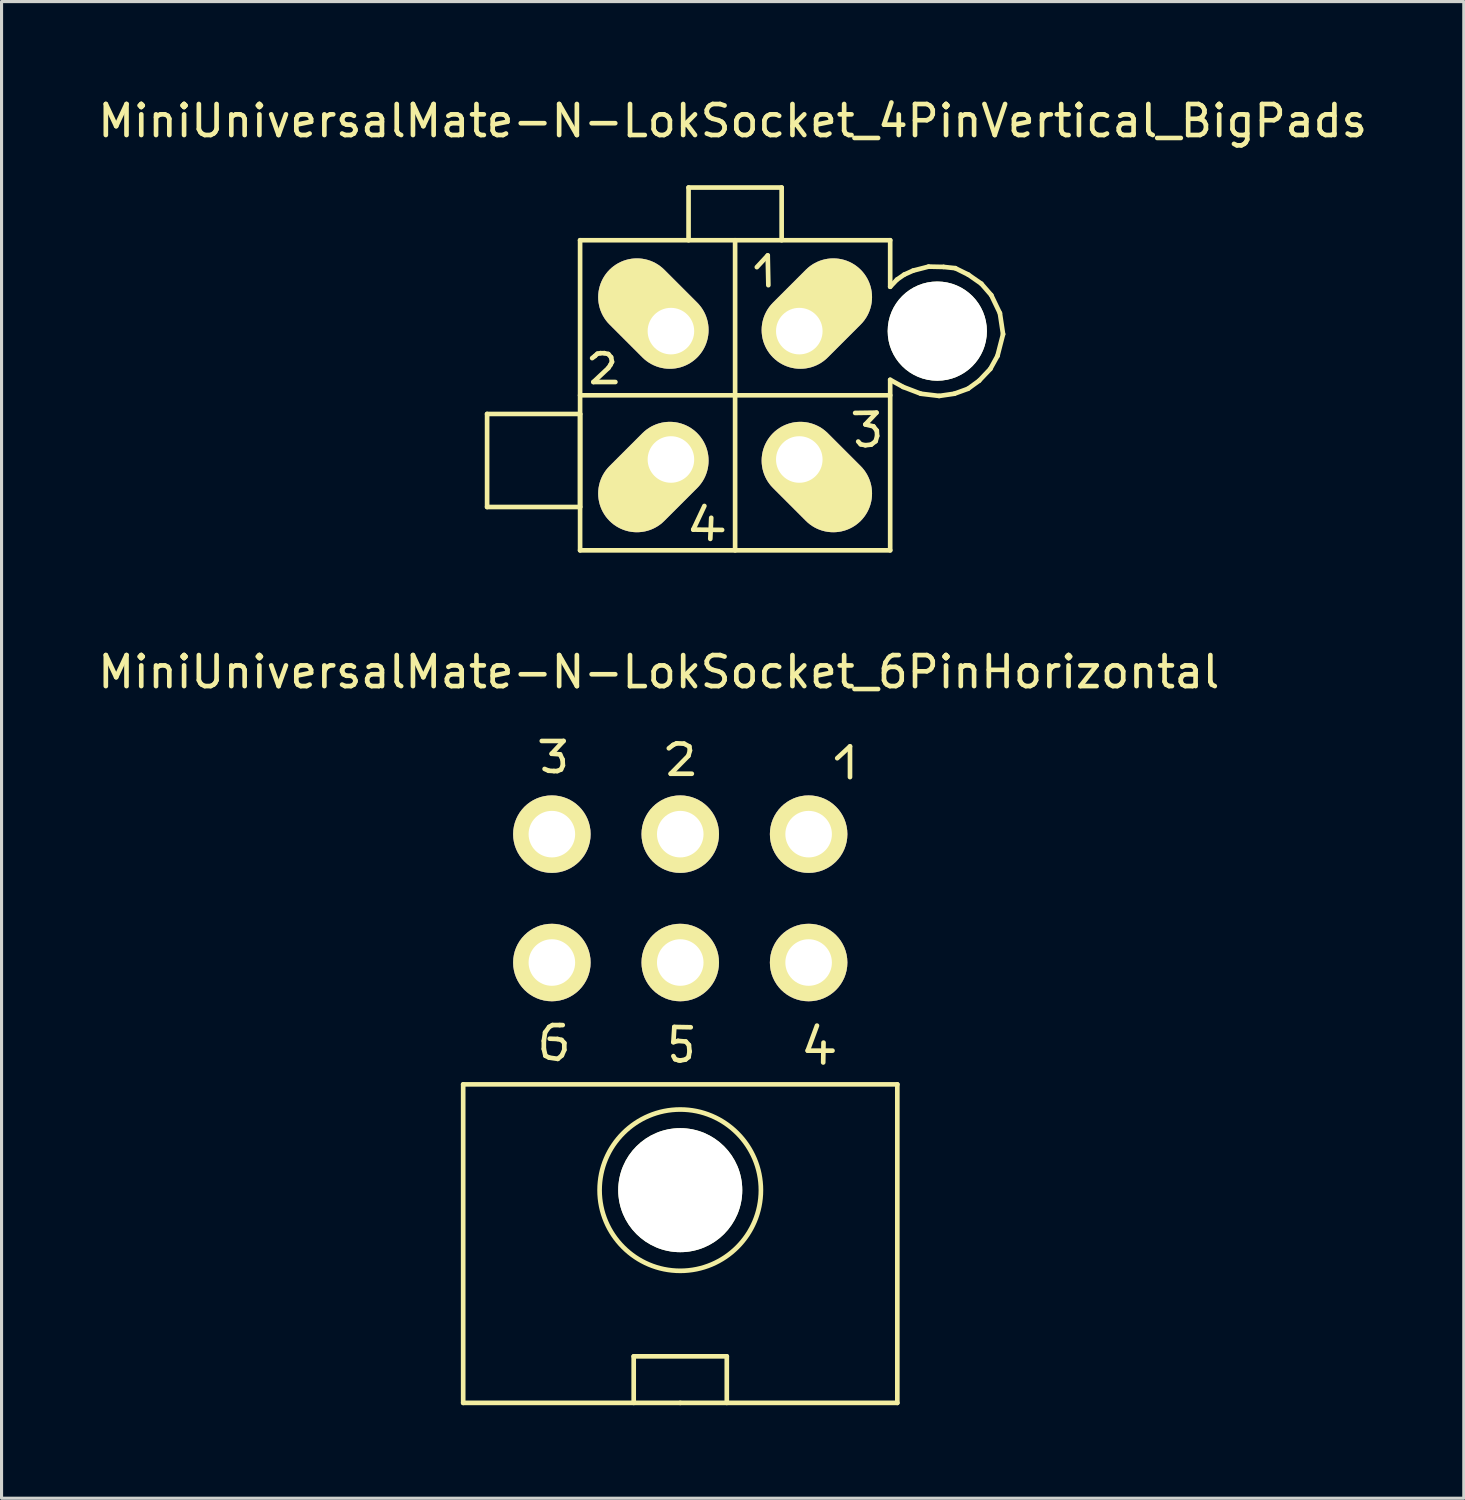
<source format=kicad_pcb>
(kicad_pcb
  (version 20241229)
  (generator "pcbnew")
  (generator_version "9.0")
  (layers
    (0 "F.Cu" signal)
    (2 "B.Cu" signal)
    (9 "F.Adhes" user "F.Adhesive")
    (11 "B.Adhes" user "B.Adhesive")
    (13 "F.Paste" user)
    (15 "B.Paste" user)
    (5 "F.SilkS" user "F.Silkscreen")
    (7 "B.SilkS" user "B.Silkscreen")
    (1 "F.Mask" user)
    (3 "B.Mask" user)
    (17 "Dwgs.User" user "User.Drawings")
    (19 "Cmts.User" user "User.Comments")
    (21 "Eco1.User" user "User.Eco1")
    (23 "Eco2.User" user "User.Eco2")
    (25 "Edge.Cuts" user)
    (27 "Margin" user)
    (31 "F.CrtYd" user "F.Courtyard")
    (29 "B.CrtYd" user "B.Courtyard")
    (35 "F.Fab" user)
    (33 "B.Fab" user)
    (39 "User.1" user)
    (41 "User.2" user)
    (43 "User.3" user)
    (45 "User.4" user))
  (footprint "MiniUniversalMate-N-LokSocket_4PinVertical_BigPads"
    (layer "F.Cu")
    (at 20.656 9.698)
    (property "Reference" "MiniUniversalMate-N-LokSocket_4PinVertical_BigPads" (at -0.079 -8.849 0) (layer "F.SilkS") (effects (font (size 1 1) (thickness 0.15))))
    (attr through_hole)
    (fp_line (start -7.998 0.602) (end -4.999 0.602) (stroke (width 0.15) (type solid)) (layer "F.SilkS"))
    (fp_line (start -7.998 3.602) (end -7.998 0.602) (stroke (width 0.15) (type solid)) (layer "F.SilkS"))
    (fp_line (start -4.999 -5.001) (end -4.999 4.999) (stroke (width 0.15) (type solid)) (layer "F.SilkS"))
    (fp_line (start -4.999 0) (end 5.001 0) (stroke (width 0.15) (type solid)) (layer "F.SilkS"))
    (fp_line (start -4.999 0.602) (end -4.999 3.602) (stroke (width 0.15) (type solid)) (layer "F.SilkS"))
    (fp_line (start -4.999 3.602) (end -7.998 3.602) (stroke (width 0.15) (type solid)) (layer "F.SilkS"))
    (fp_line (start -4.999 4.999) (end 5.001 4.999) (stroke (width 0.15) (type solid)) (layer "F.SilkS"))
    (fp_line (start -4.61 -1.199) (end -4.519 -1.27) (stroke (width 0.15) (type solid)) (layer "F.SilkS"))
    (fp_line (start -4.569 -0.429) (end -3.861 -0.429) (stroke (width 0.15) (type solid)) (layer "F.SilkS"))
    (fp_line (start -4.519 -1.27) (end -4.44 -1.341) (stroke (width 0.15) (type solid)) (layer "F.SilkS"))
    (fp_line (start -4.44 -1.341) (end -4.341 -1.359) (stroke (width 0.15) (type solid)) (layer "F.SilkS"))
    (fp_line (start -4.341 -1.359) (end -4.219 -1.359) (stroke (width 0.15) (type solid)) (layer "F.SilkS"))
    (fp_line (start -4.219 -1.359) (end -4.089 -1.331) (stroke (width 0.15) (type solid)) (layer "F.SilkS"))
    (fp_line (start -4.089 -1.331) (end -4 -1.229) (stroke (width 0.15) (type solid)) (layer "F.SilkS"))
    (fp_line (start -4.089 -0.879) (end -4.569 -0.429) (stroke (width 0.15) (type solid)) (layer "F.SilkS"))
    (fp_line (start -4.021 -0.98) (end -4.089 -0.879) (stroke (width 0.15) (type solid)) (layer "F.SilkS"))
    (fp_line (start -4 -1.229) (end -3.97 -1.079) (stroke (width 0.15) (type solid)) (layer "F.SilkS"))
    (fp_line (start -3.97 -1.079) (end -4.021 -0.98) (stroke (width 0.15) (type solid)) (layer "F.SilkS"))
    (fp_line (start -1.501 -6.701) (end -1.501 -5.001) (stroke (width 0.15) (type solid)) (layer "F.SilkS"))
    (fp_line (start -1.349 4.331) (end -0.419 4.341) (stroke (width 0.15) (type solid)) (layer "F.SilkS"))
    (fp_line (start -0.991 3.569) (end -1.349 4.331) (stroke (width 0.15) (type solid)) (layer "F.SilkS"))
    (fp_line (start -0.77 3.95) (end -0.8 4.63) (stroke (width 0.15) (type solid)) (layer "F.SilkS"))
    (fp_line (start 0 -5.001) (end 0 4.999) (stroke (width 0.15) (type solid)) (layer "F.SilkS"))
    (fp_line (start 0.701 -4.133) (end 1.052 -4.511) (stroke (width 0.15) (type solid)) (layer "F.SilkS"))
    (fp_line (start 1.052 -4.511) (end 1.072 -3.551) (stroke (width 0.15) (type solid)) (layer "F.SilkS"))
    (fp_line (start 1.501 -6.701) (end -1.501 -6.701) (stroke (width 0.15) (type solid)) (layer "F.SilkS"))
    (fp_line (start 1.501 -5.001) (end 1.501 -6.701) (stroke (width 0.15) (type solid)) (layer "F.SilkS"))
    (fp_line (start 3.871 0.569) (end 4.559 0.559) (stroke (width 0.15) (type solid)) (layer "F.SilkS"))
    (fp_line (start 4.051 1.58) (end 3.97 1.491) (stroke (width 0.15) (type solid)) (layer "F.SilkS"))
    (fp_line (start 4.201 0.94) (end 4.46 1.001) (stroke (width 0.15) (type solid)) (layer "F.SilkS"))
    (fp_line (start 4.201 1.61) (end 4.051 1.58) (stroke (width 0.15) (type solid)) (layer "F.SilkS"))
    (fp_line (start 4.389 1.59) (end 4.201 1.61) (stroke (width 0.15) (type solid)) (layer "F.SilkS"))
    (fp_line (start 4.46 1.001) (end 4.569 1.14) (stroke (width 0.15) (type solid)) (layer "F.SilkS"))
    (fp_line (start 4.531 1.481) (end 4.389 1.59) (stroke (width 0.15) (type solid)) (layer "F.SilkS"))
    (fp_line (start 4.559 0.559) (end 4.201 0.94) (stroke (width 0.15) (type solid)) (layer "F.SilkS"))
    (fp_line (start 4.569 1.14) (end 4.58 1.311) (stroke (width 0.15) (type solid)) (layer "F.SilkS"))
    (fp_line (start 4.58 1.311) (end 4.531 1.481) (stroke (width 0.15) (type solid)) (layer "F.SilkS"))
    (fp_line (start 5.001 -5.001) (end -4.999 -5.001) (stroke (width 0.15) (type solid)) (layer "F.SilkS"))
    (fp_line (start 5.001 -5.001) (end 5.001 -3.5) (stroke (width 0.15) (type solid)) (layer "F.SilkS"))
    (fp_line (start 5.001 -3.5) (end 5.22 -3.731) (stroke (width 0.15) (type solid)) (layer "F.SilkS"))
    (fp_line (start 5.001 4.999) (end 5.001 -0.5) (stroke (width 0.15) (type solid)) (layer "F.SilkS"))
    (fp_line (start 5.22 -3.731) (end 5.451 -3.891) (stroke (width 0.15) (type solid)) (layer "F.SilkS"))
    (fp_line (start 5.42 -0.269) (end 5.001 -0.5) (stroke (width 0.15) (type solid)) (layer "F.SilkS"))
    (fp_line (start 5.451 -3.891) (end 5.74 -4.021) (stroke (width 0.15) (type solid)) (layer "F.SilkS"))
    (fp_line (start 5.74 -4.021) (end 6.241 -4.15) (stroke (width 0.15) (type solid)) (layer "F.SilkS"))
    (fp_line (start 5.989 -0.051) (end 5.42 -0.269) (stroke (width 0.15) (type solid)) (layer "F.SilkS"))
    (fp_line (start 6.241 -4.15) (end 6.721 -4.14) (stroke (width 0.15) (type solid)) (layer "F.SilkS"))
    (fp_line (start 6.581 0.02) (end 5.989 -0.051) (stroke (width 0.15) (type solid)) (layer "F.SilkS"))
    (fp_line (start 6.721 -4.14) (end 7.099 -4.1) (stroke (width 0.15) (type solid)) (layer "F.SilkS"))
    (fp_line (start 7.071 -0.051) (end 6.581 0.02) (stroke (width 0.15) (type solid)) (layer "F.SilkS"))
    (fp_line (start 7.099 -4.1) (end 7.521 -3.891) (stroke (width 0.15) (type solid)) (layer "F.SilkS"))
    (fp_line (start 7.511 -0.211) (end 7.071 -0.051) (stroke (width 0.15) (type solid)) (layer "F.SilkS"))
    (fp_line (start 7.521 -3.891) (end 7.94 -3.599) (stroke (width 0.15) (type solid)) (layer "F.SilkS"))
    (fp_line (start 7.869 -0.47) (end 7.511 -0.211) (stroke (width 0.15) (type solid)) (layer "F.SilkS"))
    (fp_line (start 7.94 -3.599) (end 8.26 -3.231) (stroke (width 0.15) (type solid)) (layer "F.SilkS"))
    (fp_line (start 8.23 -0.851) (end 7.869 -0.47) (stroke (width 0.15) (type solid)) (layer "F.SilkS"))
    (fp_line (start 8.26 -3.231) (end 8.539 -2.649) (stroke (width 0.15) (type solid)) (layer "F.SilkS"))
    (fp_line (start 8.461 -1.27) (end 8.23 -0.851) (stroke (width 0.15) (type solid)) (layer "F.SilkS"))
    (fp_line (start 8.539 -2.649) (end 8.641 -1.971) (stroke (width 0.15) (type solid)) (layer "F.SilkS"))
    (fp_line (start 8.641 -1.971) (end 8.461 -1.27) (stroke (width 0.15) (type solid)) (layer "F.SilkS"))
    (pad "" np_thru_hole circle (at 6.52 -2.07 90) (size 3.2 3.2) (drill 3.2) (layers "*.Cu" "*.Mask" "F.SilkS"))
    (pad "1" thru_hole oval (at 2.07 -2.07 45) (size 4 2.499) (drill 1.501 (offset 0.8 0)) (layers "*.Cu" "*.Mask" "F.SilkS"))
    (pad "2" thru_hole oval (at -2.07 -2.07 315) (size 4 2.499) (drill 1.501 (offset -0.8 0)) (layers "*.Cu" "*.Mask" "F.SilkS"))
    (pad "3" thru_hole oval (at 2.07 2.07 315) (size 4 2.499) (drill 1.501 (offset 0.8 0)) (layers "*.Cu" "*.Mask" "F.SilkS"))
    (pad "4" thru_hole oval (at -2.07 2.07 45) (size 4 2.499) (drill 1.501 (offset -0.8 0)) (layers "*.Cu" "*.Mask" "F.SilkS")))
  (footprint "MiniUniversalMate-N-LokSocket_6PinHorizontal"
    (layer "F.Cu")
    (at 18.887 25.92)
    (property "Reference" "MiniUniversalMate-N-LokSocket_6PinHorizontal" (at -0.691 -7.3 0) (layer "F.SilkS") (effects (font (size 1 1) (thickness 0.15))))
    (attr through_hole)
    (fp_line (start -7 5.999) (end 7 5.999) (stroke (width 0.15) (type solid)) (layer "F.SilkS"))
    (fp_line (start -7 16.271) (end -7 5.999) (stroke (width 0.15) (type solid)) (layer "F.SilkS"))
    (fp_line (start -4.465 -5.075) (end -3.764 -5.075) (stroke (width 0.15) (type solid)) (layer "F.SilkS"))
    (fp_line (start -4.399 4.597) (end -4.399 4.856) (stroke (width 0.15) (type solid)) (layer "F.SilkS"))
    (fp_line (start -4.399 4.856) (end -4.348 5.077) (stroke (width 0.15) (type solid)) (layer "F.SilkS"))
    (fp_line (start -4.359 4.326) (end -4.399 4.597) (stroke (width 0.15) (type solid)) (layer "F.SilkS"))
    (fp_line (start -4.348 5.077) (end -4.229 5.136) (stroke (width 0.15) (type solid)) (layer "F.SilkS"))
    (fp_line (start -4.244 -4.115) (end -4.374 -4.173) (stroke (width 0.15) (type solid)) (layer "F.SilkS"))
    (fp_line (start -4.229 4.148) (end -4.359 4.326) (stroke (width 0.15) (type solid)) (layer "F.SilkS"))
    (fp_line (start -4.229 5.136) (end -3.95 5.177) (stroke (width 0.15) (type solid)) (layer "F.SilkS"))
    (fp_line (start -4.145 -4.663) (end -3.876 -4.643) (stroke (width 0.15) (type solid)) (layer "F.SilkS"))
    (fp_line (start -4.12 4.087) (end -4.229 4.148) (stroke (width 0.15) (type solid)) (layer "F.SilkS"))
    (fp_line (start -4.074 -4.105) (end -4.244 -4.115) (stroke (width 0.15) (type solid)) (layer "F.SilkS"))
    (fp_line (start -3.965 -4.105) (end -4.074 -4.105) (stroke (width 0.15) (type solid)) (layer "F.SilkS"))
    (fp_line (start -3.96 4.536) (end -4.209 4.526) (stroke (width 0.15) (type solid)) (layer "F.SilkS"))
    (fp_line (start -3.95 5.177) (end -3.818 5.067) (stroke (width 0.15) (type solid)) (layer "F.SilkS"))
    (fp_line (start -3.889 4.087) (end -4.12 4.087) (stroke (width 0.15) (type solid)) (layer "F.SilkS"))
    (fp_line (start -3.876 -4.643) (end -3.795 -4.475) (stroke (width 0.15) (type solid)) (layer "F.SilkS"))
    (fp_line (start -3.846 -4.155) (end -3.965 -4.105) (stroke (width 0.15) (type solid)) (layer "F.SilkS"))
    (fp_line (start -3.828 4.567) (end -3.96 4.536) (stroke (width 0.15) (type solid)) (layer "F.SilkS"))
    (fp_line (start -3.818 5.067) (end -3.739 4.887) (stroke (width 0.15) (type solid)) (layer "F.SilkS"))
    (fp_line (start -3.795 -4.475) (end -3.785 -4.285) (stroke (width 0.15) (type solid)) (layer "F.SilkS"))
    (fp_line (start -3.79 4.087) (end -3.889 4.087) (stroke (width 0.15) (type solid)) (layer "F.SilkS"))
    (fp_line (start -3.785 -4.285) (end -3.846 -4.155) (stroke (width 0.15) (type solid)) (layer "F.SilkS"))
    (fp_line (start -3.764 -5.075) (end -4.145 -4.663) (stroke (width 0.15) (type solid)) (layer "F.SilkS"))
    (fp_line (start -3.739 4.666) (end -3.828 4.567) (stroke (width 0.15) (type solid)) (layer "F.SilkS"))
    (fp_line (start -3.739 4.887) (end -3.739 4.666) (stroke (width 0.15) (type solid)) (layer "F.SilkS"))
    (fp_line (start -1.501 14.77) (end -1.501 16.271) (stroke (width 0.15) (type solid)) (layer "F.SilkS"))
    (fp_line (start -0.368 -4.839) (end -0.229 -4.948) (stroke (width 0.15) (type solid)) (layer "F.SilkS"))
    (fp_line (start -0.307 -4.018) (end 0.373 -4.018) (stroke (width 0.15) (type solid)) (layer "F.SilkS"))
    (fp_line (start -0.229 -4.948) (end -0.117 -4.999) (stroke (width 0.15) (type solid)) (layer "F.SilkS"))
    (fp_line (start -0.221 4.638) (end -0.071 4.597) (stroke (width 0.15) (type solid)) (layer "F.SilkS"))
    (fp_line (start -0.191 4.148) (end -0.221 4.638) (stroke (width 0.15) (type solid)) (layer "F.SilkS"))
    (fp_line (start -0.163 5.189) (end -0.221 5.088) (stroke (width 0.15) (type solid)) (layer "F.SilkS"))
    (fp_line (start -0.117 -4.999) (end 0.122 -4.989) (stroke (width 0.15) (type solid)) (layer "F.SilkS"))
    (fp_line (start -0.071 4.597) (end 0.178 4.618) (stroke (width 0.15) (type solid)) (layer "F.SilkS"))
    (fp_line (start -0.061 5.22) (end -0.163 5.189) (stroke (width 0.15) (type solid)) (layer "F.SilkS"))
    (fp_line (start -0.003 5.23) (end -0.061 5.22) (stroke (width 0.15) (type solid)) (layer "F.SilkS"))
    (fp_line (start 0 16.271) (end -7 16.271) (stroke (width 0.15) (type solid)) (layer "F.SilkS"))
    (fp_line (start 0 16.271) (end 7 16.271) (stroke (width 0.15) (type solid)) (layer "F.SilkS"))
    (fp_line (start 0.122 -4.989) (end 0.292 -4.897) (stroke (width 0.15) (type solid)) (layer "F.SilkS"))
    (fp_line (start 0.168 5.199) (end -0.003 5.23) (stroke (width 0.15) (type solid)) (layer "F.SilkS"))
    (fp_line (start 0.178 4.618) (end 0.279 4.729) (stroke (width 0.15) (type solid)) (layer "F.SilkS"))
    (fp_line (start 0.262 -4.597) (end -0.307 -4.018) (stroke (width 0.15) (type solid)) (layer "F.SilkS"))
    (fp_line (start 0.269 5.118) (end 0.168 5.199) (stroke (width 0.15) (type solid)) (layer "F.SilkS"))
    (fp_line (start 0.279 4.729) (end 0.3 4.938) (stroke (width 0.15) (type solid)) (layer "F.SilkS"))
    (fp_line (start 0.292 -4.897) (end 0.312 -4.768) (stroke (width 0.15) (type solid)) (layer "F.SilkS"))
    (fp_line (start 0.3 4.938) (end 0.269 5.118) (stroke (width 0.15) (type solid)) (layer "F.SilkS"))
    (fp_line (start 0.312 -4.768) (end 0.262 -4.597) (stroke (width 0.15) (type solid)) (layer "F.SilkS"))
    (fp_line (start 0.338 4.158) (end -0.191 4.148) (stroke (width 0.15) (type solid)) (layer "F.SilkS"))
    (fp_line (start 1.501 14.77) (end -1.501 14.77) (stroke (width 0.15) (type solid)) (layer "F.SilkS"))
    (fp_line (start 1.501 16.271) (end 1.501 14.77) (stroke (width 0.15) (type solid)) (layer "F.SilkS"))
    (fp_line (start 4.11 4.912) (end 4.91 4.912) (stroke (width 0.15) (type solid)) (layer "F.SilkS"))
    (fp_line (start 4.409 4.105) (end 4.11 4.912) (stroke (width 0.15) (type solid)) (layer "F.SilkS"))
    (fp_line (start 4.61 5.293) (end 4.62 4.653) (stroke (width 0.15) (type solid)) (layer "F.SilkS"))
    (fp_line (start 5.062 -4.519) (end 5.474 -4.9) (stroke (width 0.15) (type solid)) (layer "F.SilkS"))
    (fp_line (start 5.474 -4.9) (end 5.474 -3.909) (stroke (width 0.15) (type solid)) (layer "F.SilkS"))
    (fp_line (start 7 5.999) (end 7 16.271) (stroke (width 0.15) (type solid)) (layer "F.SilkS"))
    (fp_circle (center 0 9.411) (end 2.601 9.401) (stroke (width 0.15) (type solid)) (fill no) (layer "F.SilkS"))
    (pad "" np_thru_hole circle (at 0 9.411) (size 4 4) (drill 4) (layers "*.Cu" "*.Mask" "F.SilkS"))
    (pad "1" thru_hole circle (at 4.14 -2.07) (size 2.499 2.499) (drill 1.501) (layers "*.Cu" "*.Mask" "F.SilkS"))
    (pad "2" thru_hole circle (at 0 -2.07) (size 2.499 2.499) (drill 1.501) (layers "*.Cu" "*.Mask" "F.SilkS"))
    (pad "3" thru_hole circle (at -4.14 -2.07) (size 2.499 2.499) (drill 1.501) (layers "*.Cu" "*.Mask" "F.SilkS"))
    (pad "4" thru_hole circle (at 4.14 2.07) (size 2.499 2.499) (drill 1.501) (layers "*.Cu" "*.Mask" "F.SilkS"))
    (pad "5" thru_hole circle (at 0 2.07) (size 2.499 2.499) (drill 1.501) (layers "*.Cu" "*.Mask" "F.SilkS"))
    (pad "6" thru_hole circle (at -4.14 2.07) (size 2.499 2.499) (drill 1.501) (layers "*.Cu" "*.Mask" "F.SilkS")))
  (gr_rect
    (start -3 -3)
    (end 44.155 45.266)
    (stroke (width 0.1) (type default))
    (fill no)
    (layer "Edge.Cuts")))
</source>
